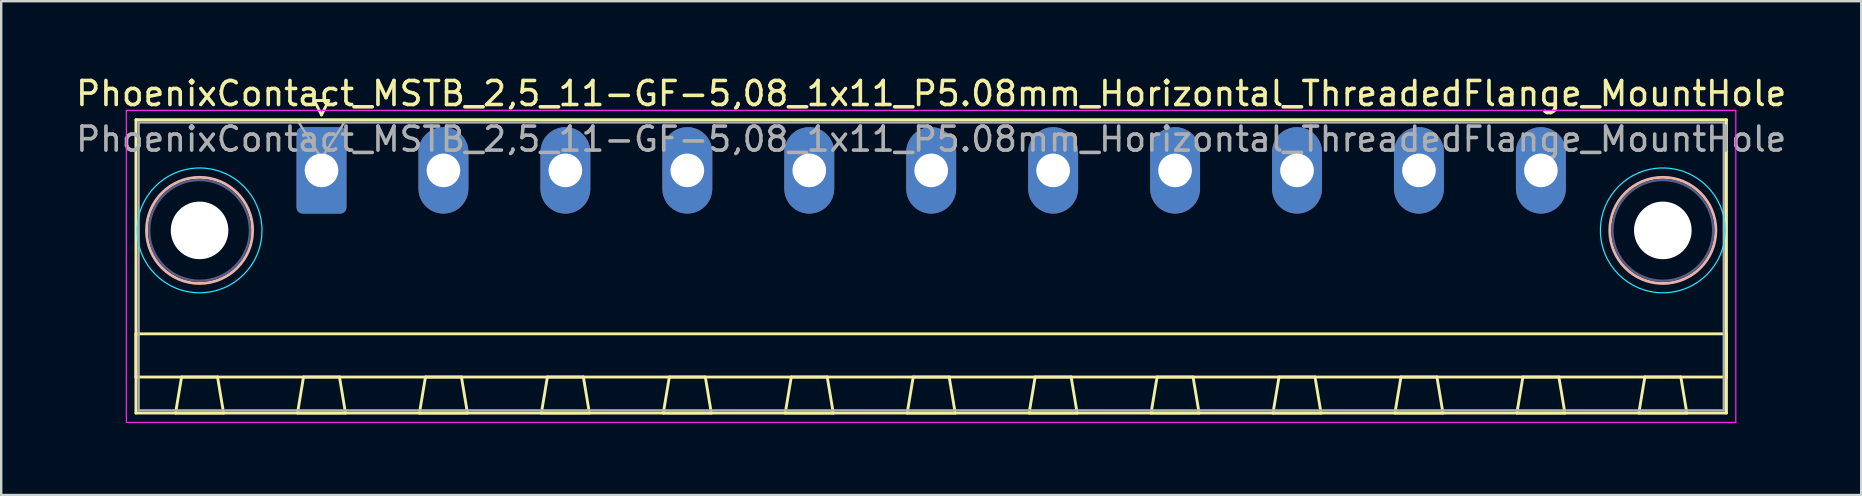
<source format=kicad_pcb>
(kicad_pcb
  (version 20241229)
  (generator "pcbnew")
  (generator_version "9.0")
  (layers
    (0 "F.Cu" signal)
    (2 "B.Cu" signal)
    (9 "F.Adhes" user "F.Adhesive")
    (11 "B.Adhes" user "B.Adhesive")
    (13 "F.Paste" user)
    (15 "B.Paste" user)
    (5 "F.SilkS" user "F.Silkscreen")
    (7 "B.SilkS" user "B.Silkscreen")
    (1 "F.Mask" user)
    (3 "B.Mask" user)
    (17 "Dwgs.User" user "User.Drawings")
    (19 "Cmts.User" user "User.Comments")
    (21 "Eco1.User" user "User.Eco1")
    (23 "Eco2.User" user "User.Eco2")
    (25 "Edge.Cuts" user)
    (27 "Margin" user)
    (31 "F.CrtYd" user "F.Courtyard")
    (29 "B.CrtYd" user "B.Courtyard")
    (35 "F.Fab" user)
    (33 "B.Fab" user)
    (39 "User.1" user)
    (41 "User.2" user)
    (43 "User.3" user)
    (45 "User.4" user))
  (footprint "PhoenixContact_MSTB_2,5_11-GF-5,08_1x11_P5.08mm_Horizontal_ThreadedFlange_MountHole"
    (layer "F.Cu")
    (at 10.344 4.048)
    (property "Reference" "PhoenixContact_MSTB_2,5_11-GF-5,08_1x11_P5.08mm_Horizontal_ThreadedFlange_MountHole" (at 25.4 -3.2 0) (layer "F.SilkS") (effects (font (size 1 1) (thickness 0.15))))
    (attr through_hole)
    (fp_line (start -7.73 -2.11) (end -7.73 10.11) (stroke (width 0.12) (type solid)) (layer "F.SilkS"))
    (fp_line (start -7.73 6.81) (end 58.53 6.81) (stroke (width 0.12) (type solid)) (layer "F.SilkS"))
    (fp_line (start -7.73 8.61) (end -7.73 6.81) (stroke (width 0.12) (type solid)) (layer "F.SilkS"))
    (fp_line (start -7.73 10.11) (end 58.53 10.11) (stroke (width 0.12) (type solid)) (layer "F.SilkS"))
    (fp_line (start -6.08 10.11) (end -4.08 10.11) (stroke (width 0.12) (type solid)) (layer "F.SilkS"))
    (fp_line (start -5.83 8.61) (end -6.08 10.11) (stroke (width 0.12) (type solid)) (layer "F.SilkS"))
    (fp_line (start -4.33 8.61) (end -5.83 8.61) (stroke (width 0.12) (type solid)) (layer "F.SilkS"))
    (fp_line (start -4.08 10.11) (end -4.33 8.61) (stroke (width 0.12) (type solid)) (layer "F.SilkS"))
    (fp_line (start -1 10.11) (end 1 10.11) (stroke (width 0.12) (type solid)) (layer "F.SilkS"))
    (fp_line (start -0.75 8.61) (end -1 10.11) (stroke (width 0.12) (type solid)) (layer "F.SilkS"))
    (fp_line (start -0.3 -2.91) (end 0.3 -2.91) (stroke (width 0.12) (type solid)) (layer "F.SilkS"))
    (fp_line (start 0 -2.31) (end -0.3 -2.91) (stroke (width 0.12) (type solid)) (layer "F.SilkS"))
    (fp_line (start 0.3 -2.91) (end 0 -2.31) (stroke (width 0.12) (type solid)) (layer "F.SilkS"))
    (fp_line (start 0.75 8.61) (end -0.75 8.61) (stroke (width 0.12) (type solid)) (layer "F.SilkS"))
    (fp_line (start 1 10.11) (end 0.75 8.61) (stroke (width 0.12) (type solid)) (layer "F.SilkS"))
    (fp_line (start 4.08 10.11) (end 6.08 10.11) (stroke (width 0.12) (type solid)) (layer "F.SilkS"))
    (fp_line (start 4.33 8.61) (end 4.08 10.11) (stroke (width 0.12) (type solid)) (layer "F.SilkS"))
    (fp_line (start 5.83 8.61) (end 4.33 8.61) (stroke (width 0.12) (type solid)) (layer "F.SilkS"))
    (fp_line (start 6.08 10.11) (end 5.83 8.61) (stroke (width 0.12) (type solid)) (layer "F.SilkS"))
    (fp_line (start 9.16 10.11) (end 11.16 10.11) (stroke (width 0.12) (type solid)) (layer "F.SilkS"))
    (fp_line (start 9.41 8.61) (end 9.16 10.11) (stroke (width 0.12) (type solid)) (layer "F.SilkS"))
    (fp_line (start 10.91 8.61) (end 9.41 8.61) (stroke (width 0.12) (type solid)) (layer "F.SilkS"))
    (fp_line (start 11.16 10.11) (end 10.91 8.61) (stroke (width 0.12) (type solid)) (layer "F.SilkS"))
    (fp_line (start 14.24 10.11) (end 16.24 10.11) (stroke (width 0.12) (type solid)) (layer "F.SilkS"))
    (fp_line (start 14.49 8.61) (end 14.24 10.11) (stroke (width 0.12) (type solid)) (layer "F.SilkS"))
    (fp_line (start 15.99 8.61) (end 14.49 8.61) (stroke (width 0.12) (type solid)) (layer "F.SilkS"))
    (fp_line (start 16.24 10.11) (end 15.99 8.61) (stroke (width 0.12) (type solid)) (layer "F.SilkS"))
    (fp_line (start 19.32 10.11) (end 21.32 10.11) (stroke (width 0.12) (type solid)) (layer "F.SilkS"))
    (fp_line (start 19.57 8.61) (end 19.32 10.11) (stroke (width 0.12) (type solid)) (layer "F.SilkS"))
    (fp_line (start 21.07 8.61) (end 19.57 8.61) (stroke (width 0.12) (type solid)) (layer "F.SilkS"))
    (fp_line (start 21.32 10.11) (end 21.07 8.61) (stroke (width 0.12) (type solid)) (layer "F.SilkS"))
    (fp_line (start 24.4 10.11) (end 26.4 10.11) (stroke (width 0.12) (type solid)) (layer "F.SilkS"))
    (fp_line (start 24.65 8.61) (end 24.4 10.11) (stroke (width 0.12) (type solid)) (layer "F.SilkS"))
    (fp_line (start 26.15 8.61) (end 24.65 8.61) (stroke (width 0.12) (type solid)) (layer "F.SilkS"))
    (fp_line (start 26.4 10.11) (end 26.15 8.61) (stroke (width 0.12) (type solid)) (layer "F.SilkS"))
    (fp_line (start 29.48 10.11) (end 31.48 10.11) (stroke (width 0.12) (type solid)) (layer "F.SilkS"))
    (fp_line (start 29.73 8.61) (end 29.48 10.11) (stroke (width 0.12) (type solid)) (layer "F.SilkS"))
    (fp_line (start 31.23 8.61) (end 29.73 8.61) (stroke (width 0.12) (type solid)) (layer "F.SilkS"))
    (fp_line (start 31.48 10.11) (end 31.23 8.61) (stroke (width 0.12) (type solid)) (layer "F.SilkS"))
    (fp_line (start 34.56 10.11) (end 36.56 10.11) (stroke (width 0.12) (type solid)) (layer "F.SilkS"))
    (fp_line (start 34.81 8.61) (end 34.56 10.11) (stroke (width 0.12) (type solid)) (layer "F.SilkS"))
    (fp_line (start 36.31 8.61) (end 34.81 8.61) (stroke (width 0.12) (type solid)) (layer "F.SilkS"))
    (fp_line (start 36.56 10.11) (end 36.31 8.61) (stroke (width 0.12) (type solid)) (layer "F.SilkS"))
    (fp_line (start 39.64 10.11) (end 41.64 10.11) (stroke (width 0.12) (type solid)) (layer "F.SilkS"))
    (fp_line (start 39.89 8.61) (end 39.64 10.11) (stroke (width 0.12) (type solid)) (layer "F.SilkS"))
    (fp_line (start 41.39 8.61) (end 39.89 8.61) (stroke (width 0.12) (type solid)) (layer "F.SilkS"))
    (fp_line (start 41.64 10.11) (end 41.39 8.61) (stroke (width 0.12) (type solid)) (layer "F.SilkS"))
    (fp_line (start 44.72 10.11) (end 46.72 10.11) (stroke (width 0.12) (type solid)) (layer "F.SilkS"))
    (fp_line (start 44.97 8.61) (end 44.72 10.11) (stroke (width 0.12) (type solid)) (layer "F.SilkS"))
    (fp_line (start 46.47 8.61) (end 44.97 8.61) (stroke (width 0.12) (type solid)) (layer "F.SilkS"))
    (fp_line (start 46.72 10.11) (end 46.47 8.61) (stroke (width 0.12) (type solid)) (layer "F.SilkS"))
    (fp_line (start 49.8 10.11) (end 51.8 10.11) (stroke (width 0.12) (type solid)) (layer "F.SilkS"))
    (fp_line (start 50.05 8.61) (end 49.8 10.11) (stroke (width 0.12) (type solid)) (layer "F.SilkS"))
    (fp_line (start 51.55 8.61) (end 50.05 8.61) (stroke (width 0.12) (type solid)) (layer "F.SilkS"))
    (fp_line (start 51.8 10.11) (end 51.55 8.61) (stroke (width 0.12) (type solid)) (layer "F.SilkS"))
    (fp_line (start 54.88 10.11) (end 56.88 10.11) (stroke (width 0.12) (type solid)) (layer "F.SilkS"))
    (fp_line (start 55.13 8.61) (end 54.88 10.11) (stroke (width 0.12) (type solid)) (layer "F.SilkS"))
    (fp_line (start 56.63 8.61) (end 55.13 8.61) (stroke (width 0.12) (type solid)) (layer "F.SilkS"))
    (fp_line (start 56.88 10.11) (end 56.63 8.61) (stroke (width 0.12) (type solid)) (layer "F.SilkS"))
    (fp_line (start 58.53 -2.11) (end -7.73 -2.11) (stroke (width 0.12) (type solid)) (layer "F.SilkS"))
    (fp_line (start 58.53 6.81) (end 58.53 8.61) (stroke (width 0.12) (type solid)) (layer "F.SilkS"))
    (fp_line (start 58.53 8.61) (end -7.73 8.61) (stroke (width 0.12) (type solid)) (layer "F.SilkS"))
    (fp_line (start 58.53 10.11) (end 58.53 -2.11) (stroke (width 0.12) (type solid)) (layer "F.SilkS"))
    (fp_circle (center -5.08 2.5) (end -2.87 2.5) (stroke (width 0.12) (type solid)) (fill no) (layer "B.SilkS"))
    (fp_circle (center 55.88 2.5) (end 58.09 2.5) (stroke (width 0.12) (type solid)) (fill no) (layer "B.SilkS"))
    (fp_circle (center -5.08 2.5) (end -2.48 2.5) (stroke (width 0.05) (type solid)) (fill no) (layer "B.CrtYd"))
    (fp_circle (center 55.88 2.5) (end 58.48 2.5) (stroke (width 0.05) (type solid)) (fill no) (layer "B.CrtYd"))
    (fp_line (start -8.13 -2.5) (end -8.13 10.5) (stroke (width 0.05) (type solid)) (layer "F.CrtYd"))
    (fp_line (start -8.13 10.5) (end 58.92 10.5) (stroke (width 0.05) (type solid)) (layer "F.CrtYd"))
    (fp_line (start 58.92 -2.5) (end -8.13 -2.5) (stroke (width 0.05) (type solid)) (layer "F.CrtYd"))
    (fp_line (start 58.92 10.5) (end 58.92 -2.5) (stroke (width 0.05) (type solid)) (layer "F.CrtYd"))
    (fp_circle (center -5.08 2.5) (end -2.98 2.5) (stroke (width 0.1) (type solid)) (fill no) (layer "B.Fab"))
    (fp_circle (center 55.88 2.5) (end 57.98 2.5) (stroke (width 0.1) (type solid)) (fill no) (layer "B.Fab"))
    (fp_line (start -7.62 -2) (end -7.62 10) (stroke (width 0.1) (type solid)) (layer "F.Fab"))
    (fp_line (start -7.62 10) (end 58.42 10) (stroke (width 0.1) (type solid)) (layer "F.Fab"))
    (fp_line (start 0 -0.5) (end -0.95 -2) (stroke (width 0.1) (type solid)) (layer "F.Fab"))
    (fp_line (start 0.95 -2) (end 0 -0.5) (stroke (width 0.1) (type solid)) (layer "F.Fab"))
    (fp_line (start 58.42 -2) (end -7.62 -2) (stroke (width 0.1) (type solid)) (layer "F.Fab"))
    (fp_line (start 58.42 10) (end 58.42 -2) (stroke (width 0.1) (type solid)) (layer "F.Fab"))
    (fp_text user "${REFERENCE}" (at 25.4 -1.3 0) (layer "F.Fab") (effects (font (size 1 1) (thickness 0.15))))
    (pad "" np_thru_hole circle (at -5.08 2.5) (size 2.4 2.4) (drill 2.4) (layers "*.Cu" "*.Mask"))
    (pad "" np_thru_hole circle (at 55.88 2.5) (size 2.4 2.4) (drill 2.4) (layers "*.Cu" "*.Mask"))
    (pad "1" thru_hole roundrect (at 0 0) (size 2.08 3.6) (drill 1.4) (layers "*.Cu" "*.Mask") (roundrect_rratio 0.12))
    (pad "2" thru_hole oval (at 5.08 0) (size 2.08 3.6) (drill 1.4) (layers "*.Cu" "*.Mask"))
    (pad "3" thru_hole oval (at 10.16 0) (size 2.08 3.6) (drill 1.4) (layers "*.Cu" "*.Mask"))
    (pad "4" thru_hole oval (at 15.24 0) (size 2.08 3.6) (drill 1.4) (layers "*.Cu" "*.Mask"))
    (pad "5" thru_hole oval (at 20.32 0) (size 2.08 3.6) (drill 1.4) (layers "*.Cu" "*.Mask"))
    (pad "6" thru_hole oval (at 25.4 0) (size 2.08 3.6) (drill 1.4) (layers "*.Cu" "*.Mask"))
    (pad "7" thru_hole oval (at 30.48 0) (size 2.08 3.6) (drill 1.4) (layers "*.Cu" "*.Mask"))
    (pad "8" thru_hole oval (at 35.56 0) (size 2.08 3.6) (drill 1.4) (layers "*.Cu" "*.Mask"))
    (pad "9" thru_hole oval (at 40.64 0) (size 2.08 3.6) (drill 1.4) (layers "*.Cu" "*.Mask"))
    (pad "10" thru_hole oval (at 45.72 0) (size 2.08 3.6) (drill 1.4) (layers "*.Cu" "*.Mask"))
    (pad "11" thru_hole oval (at 50.8 0) (size 2.08 3.6) (drill 1.4) (layers "*.Cu" "*.Mask")))
  (gr_rect
    (start -3 -3)
    (end 74.488 17.573)
    (stroke (width 0.1) (type default))
    (fill no)
    (layer "Edge.Cuts")))
</source>
